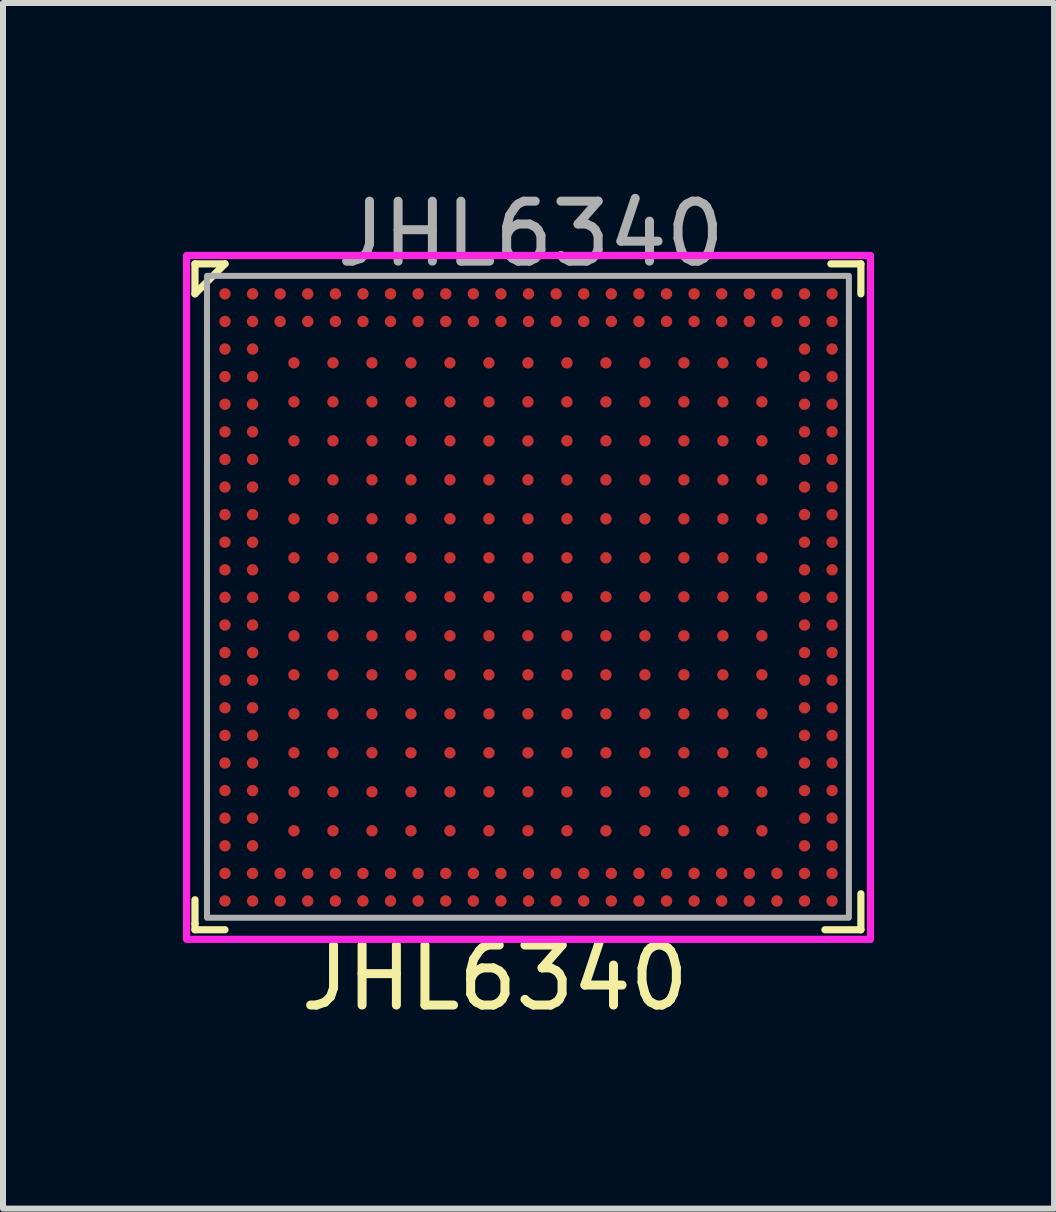
<source format=kicad_pcb>
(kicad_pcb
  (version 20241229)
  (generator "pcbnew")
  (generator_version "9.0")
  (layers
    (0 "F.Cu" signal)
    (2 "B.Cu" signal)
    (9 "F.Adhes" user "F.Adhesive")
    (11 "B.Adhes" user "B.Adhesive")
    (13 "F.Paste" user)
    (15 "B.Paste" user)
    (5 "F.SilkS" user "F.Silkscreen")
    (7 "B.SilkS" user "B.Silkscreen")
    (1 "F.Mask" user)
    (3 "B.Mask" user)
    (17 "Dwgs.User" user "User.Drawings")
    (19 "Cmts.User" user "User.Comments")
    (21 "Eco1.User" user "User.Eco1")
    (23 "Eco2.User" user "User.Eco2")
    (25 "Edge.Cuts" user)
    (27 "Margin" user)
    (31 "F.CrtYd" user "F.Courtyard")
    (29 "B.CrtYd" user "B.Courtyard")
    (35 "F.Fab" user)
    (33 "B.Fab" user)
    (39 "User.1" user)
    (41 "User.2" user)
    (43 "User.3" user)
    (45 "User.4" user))
  (footprint "JHL6340"
    (layer "F.Cu")
    (at 5.76 6.908)
    (property "Reference" "JHL6340" (at -0.56 6.34 0) (unlocked yes) (layer "F.SilkS") (effects (font (size 1 1) (thickness 0.15))))
    (fp_line (start -5.56 -5.56) (end -5.56 -5.06) (stroke (width 0.12) (type solid)) (layer "F.SilkS"))
    (fp_line (start -5.56 -5.06) (end -5.06 -5.56) (stroke (width 0.12) (type solid)) (layer "F.SilkS"))
    (fp_line (start -5.56 5.04) (end -5.56 5.44) (stroke (width 0.12) (type solid)) (layer "F.SilkS"))
    (fp_line (start -5.56 5.44) (end -5.56 5.54) (stroke (width 0.12) (type solid)) (layer "F.SilkS"))
    (fp_line (start -5.56 5.54) (end -5.06 5.54) (stroke (width 0.12) (type solid)) (layer "F.SilkS"))
    (fp_line (start -5.06 -5.56) (end -5.56 -5.56) (stroke (width 0.12) (type solid)) (layer "F.SilkS"))
    (fp_line (start 5.04 -5.56) (end 5.54 -5.56) (stroke (width 0.12) (type solid)) (layer "F.SilkS"))
    (fp_line (start 5.54 -5.56) (end 5.54 -5.06) (stroke (width 0.12) (type solid)) (layer "F.SilkS"))
    (fp_line (start 5.54 4.94) (end 5.54 5.54) (stroke (width 0.12) (type solid)) (layer "F.SilkS"))
    (fp_line (start 5.54 5.54) (end 4.94 5.54) (stroke (width 0.12) (type solid)) (layer "F.SilkS"))
    (fp_rect (start -5.7 -5.7) (end 5.7 5.7) (stroke (width 0.12) (type solid)) (fill no) (layer "F.CrtYd"))
    (fp_rect (start -5.36 -5.36) (end 5.34 5.34) (stroke (width 0.1) (type solid)) (fill no) (layer "F.Fab"))
    (fp_text user "${REFERENCE}" (at 0.04 -6.06 0) (unlocked yes) (layer "F.Fab") (effects (font (size 1 1) (thickness 0.15))))
    (pad "A1" smd circle (at -5.06 -5.06) (size 0.19 0.19) (layers "F.Cu" "F.Mask" "F.Paste"))
    (pad "A2" smd circle (at -4.6 -5.06) (size 0.19 0.19) (layers "F.Cu" "F.Mask" "F.Paste"))
    (pad "A3" smd circle (at -4.14 -5.06) (size 0.19 0.19) (layers "F.Cu" "F.Mask" "F.Paste"))
    (pad "A4" smd circle (at -3.68 -5.06) (size 0.19 0.19) (layers "F.Cu" "F.Mask" "F.Paste"))
    (pad "A5" smd circle (at -3.22 -5.06) (size 0.19 0.19) (layers "F.Cu" "F.Mask" "F.Paste"))
    (pad "A6" smd circle (at -2.76 -5.06) (size 0.19 0.19) (layers "F.Cu" "F.Mask" "F.Paste"))
    (pad "A7" smd circle (at -2.3 -5.06) (size 0.19 0.19) (layers "F.Cu" "F.Mask" "F.Paste"))
    (pad "A8" smd circle (at -1.84 -5.06) (size 0.19 0.19) (layers "F.Cu" "F.Mask" "F.Paste"))
    (pad "A9" smd circle (at -1.38 -5.06) (size 0.19 0.19) (layers "F.Cu" "F.Mask" "F.Paste"))
    (pad "A10" smd circle (at -0.92 -5.06) (size 0.19 0.19) (layers "F.Cu" "F.Mask" "F.Paste"))
    (pad "A11" smd circle (at -0.46 -5.06) (size 0.19 0.19) (layers "F.Cu" "F.Mask" "F.Paste"))
    (pad "A12" smd circle (at 0 -5.06) (size 0.19 0.19) (layers "F.Cu" "F.Mask" "F.Paste"))
    (pad "A13" smd circle (at 0.46 -5.06) (size 0.19 0.19) (layers "F.Cu" "F.Mask" "F.Paste"))
    (pad "A14" smd circle (at 0.92 -5.06) (size 0.19 0.19) (layers "F.Cu" "F.Mask" "F.Paste"))
    (pad "A15" smd circle (at 1.38 -5.06) (size 0.19 0.19) (layers "F.Cu" "F.Mask" "F.Paste"))
    (pad "A16" smd circle (at 1.84 -5.06) (size 0.19 0.19) (layers "F.Cu" "F.Mask" "F.Paste"))
    (pad "A17" smd circle (at 2.3 -5.06) (size 0.19 0.19) (layers "F.Cu" "F.Mask" "F.Paste"))
    (pad "A18" smd circle (at 2.76 -5.06) (size 0.19 0.19) (layers "F.Cu" "F.Mask" "F.Paste"))
    (pad "A19" smd circle (at 3.22 -5.06) (size 0.19 0.19) (layers "F.Cu" "F.Mask" "F.Paste"))
    (pad "A20" smd circle (at 3.68 -5.06) (size 0.19 0.19) (layers "F.Cu" "F.Mask" "F.Paste"))
    (pad "A21" smd circle (at 4.14 -5.06) (size 0.19 0.19) (layers "F.Cu" "F.Mask" "F.Paste"))
    (pad "A22" smd circle (at 4.6 -5.06) (size 0.19 0.19) (layers "F.Cu" "F.Mask" "F.Paste"))
    (pad "A23" smd circle (at 5.06 -5.06) (size 0.19 0.19) (layers "F.Cu" "F.Mask" "F.Paste"))
    (pad "AA1" smd circle (at -5.06 4.14) (size 0.19 0.19) (layers "F.Cu" "F.Mask" "F.Paste"))
    (pad "AA2" smd circle (at -4.6 4.14) (size 0.19 0.19) (layers "F.Cu" "F.Mask" "F.Paste"))
    (pad "AA22" smd circle (at 4.6 4.14) (size 0.19 0.19) (layers "F.Cu" "F.Mask" "F.Paste"))
    (pad "AA23" smd circle (at 5.06 4.14) (size 0.19 0.19) (layers "F.Cu" "F.Mask" "F.Paste"))
    (pad "AB1" smd circle (at -5.06 4.6) (size 0.19 0.19) (layers "F.Cu" "F.Mask" "F.Paste"))
    (pad "AB2" smd circle (at -4.6 4.6) (size 0.19 0.19) (layers "F.Cu" "F.Mask" "F.Paste"))
    (pad "AB3" smd circle (at -4.14 4.6) (size 0.19 0.19) (layers "F.Cu" "F.Mask" "F.Paste"))
    (pad "AB4" smd circle (at -3.68 4.6) (size 0.19 0.19) (layers "F.Cu" "F.Mask" "F.Paste"))
    (pad "AB5" smd circle (at -3.22 4.6) (size 0.19 0.19) (layers "F.Cu" "F.Mask" "F.Paste"))
    (pad "AB6" smd circle (at -2.76 4.6) (size 0.19 0.19) (layers "F.Cu" "F.Mask" "F.Paste"))
    (pad "AB7" smd circle (at -2.3 4.6) (size 0.19 0.19) (layers "F.Cu" "F.Mask" "F.Paste"))
    (pad "AB8" smd circle (at -1.84 4.6) (size 0.19 0.19) (layers "F.Cu" "F.Mask" "F.Paste"))
    (pad "AB9" smd circle (at -1.38 4.6) (size 0.19 0.19) (layers "F.Cu" "F.Mask" "F.Paste"))
    (pad "AB10" smd circle (at -0.92 4.6) (size 0.19 0.19) (layers "F.Cu" "F.Mask" "F.Paste"))
    (pad "AB11" smd circle (at -0.46 4.6) (size 0.19 0.19) (layers "F.Cu" "F.Mask" "F.Paste"))
    (pad "AB12" smd circle (at 0 4.6) (size 0.19 0.19) (layers "F.Cu" "F.Mask" "F.Paste"))
    (pad "AB13" smd circle (at 0.46 4.6) (size 0.19 0.19) (layers "F.Cu" "F.Mask" "F.Paste"))
    (pad "AB14" smd circle (at 0.92 4.6) (size 0.19 0.19) (layers "F.Cu" "F.Mask" "F.Paste"))
    (pad "AB15" smd circle (at 1.38 4.6) (size 0.19 0.19) (layers "F.Cu" "F.Mask" "F.Paste"))
    (pad "AB16" smd circle (at 1.84 4.6) (size 0.19 0.19) (layers "F.Cu" "F.Mask" "F.Paste"))
    (pad "AB17" smd circle (at 2.3 4.6) (size 0.19 0.19) (layers "F.Cu" "F.Mask" "F.Paste"))
    (pad "AB18" smd circle (at 2.76 4.6) (size 0.19 0.19) (layers "F.Cu" "F.Mask" "F.Paste"))
    (pad "AB19" smd circle (at 3.22 4.6) (size 0.19 0.19) (layers "F.Cu" "F.Mask" "F.Paste"))
    (pad "AB20" smd circle (at 3.68 4.6) (size 0.19 0.19) (layers "F.Cu" "F.Mask" "F.Paste"))
    (pad "AB21" smd circle (at 4.14 4.6) (size 0.19 0.19) (layers "F.Cu" "F.Mask" "F.Paste"))
    (pad "AB22" smd circle (at 4.6 4.6) (size 0.19 0.19) (layers "F.Cu" "F.Mask" "F.Paste"))
    (pad "AB23" smd circle (at 5.06 4.6) (size 0.19 0.19) (layers "F.Cu" "F.Mask" "F.Paste"))
    (pad "AC1" smd circle (at -5.06 5.06) (size 0.19 0.19) (layers "F.Cu" "F.Mask" "F.Paste"))
    (pad "AC2" smd circle (at -4.6 5.06) (size 0.19 0.19) (layers "F.Cu" "F.Mask" "F.Paste"))
    (pad "AC3" smd circle (at -4.14 5.06) (size 0.19 0.19) (layers "F.Cu" "F.Mask" "F.Paste"))
    (pad "AC4" smd circle (at -3.68 5.06) (size 0.19 0.19) (layers "F.Cu" "F.Mask" "F.Paste"))
    (pad "AC5" smd circle (at -3.22 5.06) (size 0.19 0.19) (layers "F.Cu" "F.Mask" "F.Paste"))
    (pad "AC6" smd circle (at -2.76 5.06) (size 0.19 0.19) (layers "F.Cu" "F.Mask" "F.Paste"))
    (pad "AC7" smd circle (at -2.3 5.06) (size 0.19 0.19) (layers "F.Cu" "F.Mask" "F.Paste"))
    (pad "AC8" smd circle (at -1.84 5.06) (size 0.19 0.19) (layers "F.Cu" "F.Mask" "F.Paste"))
    (pad "AC9" smd circle (at -1.38 5.06) (size 0.19 0.19) (layers "F.Cu" "F.Mask" "F.Paste"))
    (pad "AC10" smd circle (at -0.92 5.06) (size 0.19 0.19) (layers "F.Cu" "F.Mask" "F.Paste"))
    (pad "AC11" smd circle (at -0.46 5.06) (size 0.19 0.19) (layers "F.Cu" "F.Mask" "F.Paste"))
    (pad "AC12" smd circle (at 0 5.06) (size 0.19 0.19) (layers "F.Cu" "F.Mask" "F.Paste"))
    (pad "AC13" smd circle (at 0.46 5.06) (size 0.19 0.19) (layers "F.Cu" "F.Mask" "F.Paste"))
    (pad "AC14" smd circle (at 0.92 5.06) (size 0.19 0.19) (layers "F.Cu" "F.Mask" "F.Paste"))
    (pad "AC15" smd circle (at 1.38 5.06) (size 0.19 0.19) (layers "F.Cu" "F.Mask" "F.Paste"))
    (pad "AC16" smd circle (at 1.84 5.06) (size 0.19 0.19) (layers "F.Cu" "F.Mask" "F.Paste"))
    (pad "AC17" smd circle (at 2.3 5.06) (size 0.19 0.19) (layers "F.Cu" "F.Mask" "F.Paste"))
    (pad "AC18" smd circle (at 2.76 5.06) (size 0.19 0.19) (layers "F.Cu" "F.Mask" "F.Paste"))
    (pad "AC19" smd circle (at 3.22 5.06) (size 0.19 0.19) (layers "F.Cu" "F.Mask" "F.Paste"))
    (pad "AC20" smd circle (at 3.68 5.06) (size 0.19 0.19) (layers "F.Cu" "F.Mask" "F.Paste"))
    (pad "AC21" smd circle (at 4.14 5.06) (size 0.19 0.19) (layers "F.Cu" "F.Mask" "F.Paste"))
    (pad "AC22" smd circle (at 4.6 5.06) (size 0.19 0.19) (layers "F.Cu" "F.Mask" "F.Paste"))
    (pad "AC23" smd circle (at 5.06 5.06) (size 0.19 0.19) (layers "F.Cu" "F.Mask" "F.Paste"))
    (pad "B1" smd circle (at -5.06 -4.6) (size 0.19 0.19) (layers "F.Cu" "F.Mask" "F.Paste"))
    (pad "B2" smd circle (at -4.6 -4.6) (size 0.19 0.19) (layers "F.Cu" "F.Mask" "F.Paste"))
    (pad "B3" smd circle (at -4.14 -4.6) (size 0.19 0.19) (layers "F.Cu" "F.Mask" "F.Paste"))
    (pad "B4" smd circle (at -3.68 -4.6) (size 0.19 0.19) (layers "F.Cu" "F.Mask" "F.Paste"))
    (pad "B5" smd circle (at -3.22 -4.6) (size 0.19 0.19) (layers "F.Cu" "F.Mask" "F.Paste"))
    (pad "B6" smd circle (at -2.76 -4.6) (size 0.19 0.19) (layers "F.Cu" "F.Mask" "F.Paste"))
    (pad "B7" smd circle (at -2.3 -4.6) (size 0.19 0.19) (layers "F.Cu" "F.Mask" "F.Paste"))
    (pad "B8" smd circle (at -1.84 -4.6) (size 0.19 0.19) (layers "F.Cu" "F.Mask" "F.Paste"))
    (pad "B9" smd circle (at -1.38 -4.6) (size 0.19 0.19) (layers "F.Cu" "F.Mask" "F.Paste"))
    (pad "B10" smd circle (at -0.92 -4.6) (size 0.19 0.19) (layers "F.Cu" "F.Mask" "F.Paste"))
    (pad "B11" smd circle (at -0.46 -4.6) (size 0.19 0.19) (layers "F.Cu" "F.Mask" "F.Paste"))
    (pad "B12" smd circle (at 0 -4.6) (size 0.19 0.19) (layers "F.Cu" "F.Mask" "F.Paste"))
    (pad "B13" smd circle (at 0.46 -4.6) (size 0.19 0.19) (layers "F.Cu" "F.Mask" "F.Paste"))
    (pad "B14" smd circle (at 0.92 -4.6) (size 0.19 0.19) (layers "F.Cu" "F.Mask" "F.Paste"))
    (pad "B15" smd circle (at 1.38 -4.6) (size 0.19 0.19) (layers "F.Cu" "F.Mask" "F.Paste"))
    (pad "B16" smd circle (at 1.84 -4.6) (size 0.19 0.19) (layers "F.Cu" "F.Mask" "F.Paste"))
    (pad "B17" smd circle (at 2.3 -4.6) (size 0.19 0.19) (layers "F.Cu" "F.Mask" "F.Paste"))
    (pad "B18" smd circle (at 2.76 -4.6) (size 0.19 0.19) (layers "F.Cu" "F.Mask" "F.Paste"))
    (pad "B19" smd circle (at 3.22 -4.6) (size 0.19 0.19) (layers "F.Cu" "F.Mask" "F.Paste"))
    (pad "B20" smd circle (at 3.68 -4.6) (size 0.19 0.19) (layers "F.Cu" "F.Mask" "F.Paste"))
    (pad "B21" smd circle (at 4.14 -4.6) (size 0.19 0.19) (layers "F.Cu" "F.Mask" "F.Paste"))
    (pad "B22" smd circle (at 4.6 -4.6) (size 0.19 0.19) (layers "F.Cu" "F.Mask" "F.Paste"))
    (pad "B23" smd circle (at 5.06 -4.6) (size 0.19 0.19) (layers "F.Cu" "F.Mask" "F.Paste"))
    (pad "C1" smd circle (at -5.06 -4.14) (size 0.19 0.19) (layers "F.Cu" "F.Mask" "F.Paste"))
    (pad "C2" smd circle (at -4.6 -4.14) (size 0.19 0.19) (layers "F.Cu" "F.Mask" "F.Paste"))
    (pad "C22" smd circle (at 4.6 -4.14) (size 0.19 0.19) (layers "F.Cu" "F.Mask" "F.Paste"))
    (pad "C23" smd circle (at 5.06 -4.14) (size 0.19 0.19) (layers "F.Cu" "F.Mask" "F.Paste"))
    (pad "D1" smd circle (at -5.06 -3.68) (size 0.19 0.19) (layers "F.Cu" "F.Mask" "F.Paste"))
    (pad "D2" smd circle (at -4.6 -3.68) (size 0.19 0.19) (layers "F.Cu" "F.Mask" "F.Paste"))
    (pad "D4" smd circle (at -3.91 -3.91) (size 0.19 0.19) (layers "F.Cu" "F.Mask" "F.Paste"))
    (pad "D5" smd circle (at -3.26 -3.91) (size 0.19 0.19) (layers "F.Cu" "F.Mask" "F.Paste"))
    (pad "D6" smd circle (at -2.61 -3.91) (size 0.19 0.19) (layers "F.Cu" "F.Mask" "F.Paste"))
    (pad "D8" smd circle (at -1.96 -3.91) (size 0.19 0.19) (layers "F.Cu" "F.Mask" "F.Paste"))
    (pad "D9" smd circle (at -1.31 -3.91) (size 0.19 0.19) (layers "F.Cu" "F.Mask" "F.Paste"))
    (pad "D11" smd circle (at -0.66 -3.91) (size 0.19 0.19) (layers "F.Cu" "F.Mask" "F.Paste"))
    (pad "D12" smd circle (at -0.01 -3.91) (size 0.19 0.19) (layers "F.Cu" "F.Mask" "F.Paste"))
    (pad "D13" smd circle (at 0.64 -3.91) (size 0.19 0.19) (layers "F.Cu" "F.Mask" "F.Paste"))
    (pad "D15" smd circle (at 1.29 -3.91) (size 0.19 0.19) (layers "F.Cu" "F.Mask" "F.Paste"))
    (pad "D16" smd circle (at 1.94 -3.91) (size 0.19 0.19) (layers "F.Cu" "F.Mask" "F.Paste"))
    (pad "D18" smd circle (at 2.59 -3.91) (size 0.19 0.19) (layers "F.Cu" "F.Mask" "F.Paste"))
    (pad "D19" smd circle (at 3.24 -3.91) (size 0.19 0.19) (layers "F.Cu" "F.Mask" "F.Paste"))
    (pad "D20" smd circle (at 3.89 -3.91) (size 0.19 0.19) (layers "F.Cu" "F.Mask" "F.Paste"))
    (pad "D22" smd circle (at 4.6 -3.68) (size 0.19 0.19) (layers "F.Cu" "F.Mask" "F.Paste"))
    (pad "D23" smd circle (at 5.06 -3.68) (size 0.19 0.19) (layers "F.Cu" "F.Mask" "F.Paste"))
    (pad "E1" smd circle (at -5.06 -3.22) (size 0.19 0.19) (layers "F.Cu" "F.Mask" "F.Paste"))
    (pad "E2" smd circle (at -4.6 -3.22) (size 0.19 0.19) (layers "F.Cu" "F.Mask" "F.Paste"))
    (pad "E4" smd circle (at -3.91 -3.26) (size 0.19 0.19) (layers "F.Cu" "F.Mask" "F.Paste"))
    (pad "E5" smd circle (at -3.26 -3.26) (size 0.19 0.19) (layers "F.Cu" "F.Mask" "F.Paste"))
    (pad "E6" smd circle (at -2.61 -3.26) (size 0.19 0.19) (layers "F.Cu" "F.Mask" "F.Paste"))
    (pad "E8" smd circle (at -1.96 -3.26) (size 0.19 0.19) (layers "F.Cu" "F.Mask" "F.Paste"))
    (pad "E9" smd circle (at -1.31 -3.26) (size 0.19 0.19) (layers "F.Cu" "F.Mask" "F.Paste"))
    (pad "E11" smd circle (at -0.66 -3.26) (size 0.19 0.19) (layers "F.Cu" "F.Mask" "F.Paste"))
    (pad "E12" smd circle (at -0.01 -3.26) (size 0.19 0.19) (layers "F.Cu" "F.Mask" "F.Paste"))
    (pad "E13" smd circle (at 0.64 -3.26) (size 0.19 0.19) (layers "F.Cu" "F.Mask" "F.Paste"))
    (pad "E15" smd circle (at 1.29 -3.26) (size 0.19 0.19) (layers "F.Cu" "F.Mask" "F.Paste"))
    (pad "E16" smd circle (at 1.94 -3.26) (size 0.19 0.19) (layers "F.Cu" "F.Mask" "F.Paste"))
    (pad "E18" smd circle (at 2.59 -3.26) (size 0.19 0.19) (layers "F.Cu" "F.Mask" "F.Paste"))
    (pad "E19" smd circle (at 3.24 -3.26) (size 0.19 0.19) (layers "F.Cu" "F.Mask" "F.Paste"))
    (pad "E20" smd circle (at 3.89 -3.26) (size 0.19 0.19) (layers "F.Cu" "F.Mask" "F.Paste"))
    (pad "E22" smd circle (at 4.6 -3.22) (size 0.19 0.19) (layers "F.Cu" "F.Mask" "F.Paste"))
    (pad "E23" smd circle (at 5.06 -3.22) (size 0.19 0.19) (layers "F.Cu" "F.Mask" "F.Paste"))
    (pad "F1" smd circle (at -5.06 -2.76) (size 0.19 0.19) (layers "F.Cu" "F.Mask" "F.Paste"))
    (pad "F2" smd circle (at -4.6 -2.76) (size 0.19 0.19) (layers "F.Cu" "F.Mask" "F.Paste"))
    (pad "F4" smd circle (at -3.91 -2.61) (size 0.19 0.19) (layers "F.Cu" "F.Mask" "F.Paste"))
    (pad "F5" smd circle (at -3.26 -2.61) (size 0.19 0.19) (layers "F.Cu" "F.Mask" "F.Paste"))
    (pad "F6" smd circle (at -2.61 -2.61) (size 0.19 0.19) (layers "F.Cu" "F.Mask" "F.Paste"))
    (pad "F8" smd circle (at -1.96 -2.61) (size 0.19 0.19) (layers "F.Cu" "F.Mask" "F.Paste"))
    (pad "F9" smd circle (at -1.31 -2.61) (size 0.19 0.19) (layers "F.Cu" "F.Mask" "F.Paste"))
    (pad "F11" smd circle (at -0.66 -2.61) (size 0.19 0.19) (layers "F.Cu" "F.Mask" "F.Paste"))
    (pad "F12" smd circle (at -0.01 -2.61) (size 0.19 0.19) (layers "F.Cu" "F.Mask" "F.Paste"))
    (pad "F13" smd circle (at 0.64 -2.61) (size 0.19 0.19) (layers "F.Cu" "F.Mask" "F.Paste"))
    (pad "F15" smd circle (at 1.29 -2.61) (size 0.19 0.19) (layers "F.Cu" "F.Mask" "F.Paste"))
    (pad "F16" smd circle (at 1.94 -2.61) (size 0.19 0.19) (layers "F.Cu" "F.Mask" "F.Paste"))
    (pad "F18" smd circle (at 2.59 -2.61) (size 0.19 0.19) (layers "F.Cu" "F.Mask" "F.Paste"))
    (pad "F19" smd circle (at 3.24 -2.61) (size 0.19 0.19) (layers "F.Cu" "F.Mask" "F.Paste"))
    (pad "F20" smd circle (at 3.89 -2.61) (size 0.19 0.19) (layers "F.Cu" "F.Mask" "F.Paste"))
    (pad "F22" smd circle (at 4.6 -2.76) (size 0.19 0.19) (layers "F.Cu" "F.Mask" "F.Paste"))
    (pad "F23" smd circle (at 5.06 -2.76) (size 0.19 0.19) (layers "F.Cu" "F.Mask" "F.Paste"))
    (pad "G1" smd circle (at -5.06 -2.3) (size 0.19 0.19) (layers "F.Cu" "F.Mask" "F.Paste"))
    (pad "G2" smd circle (at -4.6 -2.3) (size 0.19 0.19) (layers "F.Cu" "F.Mask" "F.Paste"))
    (pad "G22" smd circle (at 4.6 -2.3) (size 0.19 0.19) (layers "F.Cu" "F.Mask" "F.Paste"))
    (pad "G23" smd circle (at 5.06 -2.3) (size 0.19 0.19) (layers "F.Cu" "F.Mask" "F.Paste"))
    (pad "H1" smd circle (at -5.06 -1.84) (size 0.19 0.19) (layers "F.Cu" "F.Mask" "F.Paste"))
    (pad "H2" smd circle (at -4.6 -1.84) (size 0.19 0.19) (layers "F.Cu" "F.Mask" "F.Paste"))
    (pad "H4" smd circle (at -3.91 -1.96) (size 0.19 0.19) (layers "F.Cu" "F.Mask" "F.Paste"))
    (pad "H5" smd circle (at -3.26 -1.96) (size 0.19 0.19) (layers "F.Cu" "F.Mask" "F.Paste"))
    (pad "H6" smd circle (at -2.61 -1.96) (size 0.19 0.19) (layers "F.Cu" "F.Mask" "F.Paste"))
    (pad "H8" smd circle (at -1.96 -1.96) (size 0.19 0.19) (layers "F.Cu" "F.Mask" "F.Paste"))
    (pad "H9" smd circle (at -1.31 -1.96) (size 0.19 0.19) (layers "F.Cu" "F.Mask" "F.Paste"))
    (pad "H11" smd circle (at -0.66 -1.96) (size 0.19 0.19) (layers "F.Cu" "F.Mask" "F.Paste"))
    (pad "H12" smd circle (at -0.01 -1.96) (size 0.19 0.19) (layers "F.Cu" "F.Mask" "F.Paste"))
    (pad "H13" smd circle (at 0.64 -1.96) (size 0.19 0.19) (layers "F.Cu" "F.Mask" "F.Paste"))
    (pad "H15" smd circle (at 1.29 -1.96) (size 0.19 0.19) (layers "F.Cu" "F.Mask" "F.Paste"))
    (pad "H16" smd circle (at 1.94 -1.96) (size 0.19 0.19) (layers "F.Cu" "F.Mask" "F.Paste"))
    (pad "H18" smd circle (at 2.59 -1.96) (size 0.19 0.19) (layers "F.Cu" "F.Mask" "F.Paste"))
    (pad "H19" smd circle (at 3.24 -1.96) (size 0.19 0.19) (layers "F.Cu" "F.Mask" "F.Paste"))
    (pad "H20" smd circle (at 3.89 -1.96) (size 0.19 0.19) (layers "F.Cu" "F.Mask" "F.Paste"))
    (pad "H22" smd circle (at 4.6 -1.84) (size 0.19 0.19) (layers "F.Cu" "F.Mask" "F.Paste"))
    (pad "H23" smd circle (at 5.06 -1.84) (size 0.19 0.19) (layers "F.Cu" "F.Mask" "F.Paste"))
    (pad "J1" smd circle (at -5.06 -1.38) (size 0.19 0.19) (layers "F.Cu" "F.Mask" "F.Paste"))
    (pad "J2" smd circle (at -4.6 -1.38) (size 0.19 0.19) (layers "F.Cu" "F.Mask" "F.Paste"))
    (pad "J4" smd circle (at -3.91 -1.31) (size 0.19 0.19) (layers "F.Cu" "F.Mask" "F.Paste"))
    (pad "J5" smd circle (at -3.26 -1.31) (size 0.19 0.19) (layers "F.Cu" "F.Mask" "F.Paste"))
    (pad "J6" smd circle (at -2.61 -1.31) (size 0.19 0.19) (layers "F.Cu" "F.Mask" "F.Paste"))
    (pad "J8" smd circle (at -1.96 -1.31) (size 0.19 0.19) (layers "F.Cu" "F.Mask" "F.Paste"))
    (pad "J9" smd circle (at -1.31 -1.31) (size 0.19 0.19) (layers "F.Cu" "F.Mask" "F.Paste"))
    (pad "J11" smd circle (at -0.66 -1.31) (size 0.19 0.19) (layers "F.Cu" "F.Mask" "F.Paste"))
    (pad "J12" smd circle (at -0.01 -1.31) (size 0.19 0.19) (layers "F.Cu" "F.Mask" "F.Paste"))
    (pad "J13" smd circle (at 0.64 -1.31) (size 0.19 0.19) (layers "F.Cu" "F.Mask" "F.Paste"))
    (pad "J15" smd circle (at 1.29 -1.31) (size 0.19 0.19) (layers "F.Cu" "F.Mask" "F.Paste"))
    (pad "J16" smd circle (at 1.94 -1.31) (size 0.19 0.19) (layers "F.Cu" "F.Mask" "F.Paste"))
    (pad "J18" smd circle (at 2.59 -1.31) (size 0.19 0.19) (layers "F.Cu" "F.Mask" "F.Paste"))
    (pad "J19" smd circle (at 3.24 -1.31) (size 0.19 0.19) (layers "F.Cu" "F.Mask" "F.Paste"))
    (pad "J20" smd circle (at 3.89 -1.31) (size 0.19 0.19) (layers "F.Cu" "F.Mask" "F.Paste"))
    (pad "J22" smd circle (at 4.6 -1.38) (size 0.19 0.19) (layers "F.Cu" "F.Mask" "F.Paste"))
    (pad "J23" smd circle (at 5.06 -1.38) (size 0.19 0.19) (layers "F.Cu" "F.Mask" "F.Paste"))
    (pad "K1" smd circle (at -5.06 -0.92) (size 0.19 0.19) (layers "F.Cu" "F.Mask" "F.Paste"))
    (pad "K2" smd circle (at -4.6 -0.92) (size 0.19 0.19) (layers "F.Cu" "F.Mask" "F.Paste"))
    (pad "K22" smd circle (at 4.6 -0.92) (size 0.19 0.19) (layers "F.Cu" "F.Mask" "F.Paste"))
    (pad "K23" smd circle (at 5.06 -0.92) (size 0.19 0.19) (layers "F.Cu" "F.Mask" "F.Paste"))
    (pad "L1" smd circle (at -5.06 -0.46) (size 0.19 0.19) (layers "F.Cu" "F.Mask" "F.Paste"))
    (pad "L2" smd circle (at -4.6 -0.46) (size 0.19 0.19) (layers "F.Cu" "F.Mask" "F.Paste"))
    (pad "L4" smd circle (at -3.91 -0.66) (size 0.19 0.19) (layers "F.Cu" "F.Mask" "F.Paste"))
    (pad "L5" smd circle (at -3.26 -0.66) (size 0.19 0.19) (layers "F.Cu" "F.Mask" "F.Paste"))
    (pad "L6" smd circle (at -2.61 -0.66) (size 0.19 0.19) (layers "F.Cu" "F.Mask" "F.Paste"))
    (pad "L8" smd circle (at -1.96 -0.66) (size 0.19 0.19) (layers "F.Cu" "F.Mask" "F.Paste"))
    (pad "L9" smd circle (at -1.31 -0.66) (size 0.19 0.19) (layers "F.Cu" "F.Mask" "F.Paste"))
    (pad "L11" smd circle (at -0.66 -0.66) (size 0.19 0.19) (layers "F.Cu" "F.Mask" "F.Paste"))
    (pad "L12" smd circle (at -0.01 -0.66) (size 0.19 0.19) (layers "F.Cu" "F.Mask" "F.Paste"))
    (pad "L13" smd circle (at 0.64 -0.66) (size 0.19 0.19) (layers "F.Cu" "F.Mask" "F.Paste"))
    (pad "L15" smd circle (at 1.29 -0.66) (size 0.19 0.19) (layers "F.Cu" "F.Mask" "F.Paste"))
    (pad "L16" smd circle (at 1.94 -0.66) (size 0.19 0.19) (layers "F.Cu" "F.Mask" "F.Paste"))
    (pad "L18" smd circle (at 2.59 -0.66) (size 0.19 0.19) (layers "F.Cu" "F.Mask" "F.Paste"))
    (pad "L19" smd circle (at 3.24 -0.66) (size 0.19 0.19) (layers "F.Cu" "F.Mask" "F.Paste"))
    (pad "L20" smd circle (at 3.89 -0.66) (size 0.19 0.19) (layers "F.Cu" "F.Mask" "F.Paste"))
    (pad "L22" smd circle (at 4.6 -0.46) (size 0.19 0.19) (layers "F.Cu" "F.Mask" "F.Paste"))
    (pad "L23" smd circle (at 5.06 -0.46) (size 0.19 0.19) (layers "F.Cu" "F.Mask" "F.Paste"))
    (pad "M1" smd circle (at -5.06 0) (size 0.19 0.19) (layers "F.Cu" "F.Mask" "F.Paste"))
    (pad "M2" smd circle (at -4.6 0) (size 0.19 0.19) (layers "F.Cu" "F.Mask" "F.Paste"))
    (pad "M4" smd circle (at -3.91 -0.01) (size 0.19 0.19) (layers "F.Cu" "F.Mask" "F.Paste"))
    (pad "M5" smd circle (at -3.26 -0.01) (size 0.19 0.19) (layers "F.Cu" "F.Mask" "F.Paste"))
    (pad "M6" smd circle (at -2.61 -0.01) (size 0.19 0.19) (layers "F.Cu" "F.Mask" "F.Paste"))
    (pad "M8" smd circle (at -1.96 -0.01) (size 0.19 0.19) (layers "F.Cu" "F.Mask" "F.Paste"))
    (pad "M9" smd circle (at -1.31 -0.01) (size 0.19 0.19) (layers "F.Cu" "F.Mask" "F.Paste"))
    (pad "M11" smd circle (at -0.66 -0.01) (size 0.19 0.19) (layers "F.Cu" "F.Mask" "F.Paste"))
    (pad "M12" smd circle (at -0.01 -0.01) (size 0.19 0.19) (layers "F.Cu" "F.Mask" "F.Paste"))
    (pad "M13" smd circle (at 0.64 -0.01) (size 0.19 0.19) (layers "F.Cu" "F.Mask" "F.Paste"))
    (pad "M15" smd circle (at 1.29 -0.01) (size 0.19 0.19) (layers "F.Cu" "F.Mask" "F.Paste"))
    (pad "M16" smd circle (at 1.94 -0.01) (size 0.19 0.19) (layers "F.Cu" "F.Mask" "F.Paste"))
    (pad "M18" smd circle (at 2.59 -0.01) (size 0.19 0.19) (layers "F.Cu" "F.Mask" "F.Paste"))
    (pad "M19" smd circle (at 3.24 -0.01) (size 0.19 0.19) (layers "F.Cu" "F.Mask" "F.Paste"))
    (pad "M20" smd circle (at 3.89 -0.01) (size 0.19 0.19) (layers "F.Cu" "F.Mask" "F.Paste"))
    (pad "M22" smd circle (at 4.6 0) (size 0.19 0.19) (layers "F.Cu" "F.Mask" "F.Paste"))
    (pad "M23" smd circle (at 5.06 0) (size 0.19 0.19) (layers "F.Cu" "F.Mask" "F.Paste"))
    (pad "N1" smd circle (at -5.06 0.46) (size 0.19 0.19) (layers "F.Cu" "F.Mask" "F.Paste"))
    (pad "N2" smd circle (at -4.6 0.46) (size 0.19 0.19) (layers "F.Cu" "F.Mask" "F.Paste"))
    (pad "N4" smd circle (at -3.91 0.64) (size 0.19 0.19) (layers "F.Cu" "F.Mask" "F.Paste"))
    (pad "N5" smd circle (at -3.26 0.64) (size 0.19 0.19) (layers "F.Cu" "F.Mask" "F.Paste"))
    (pad "N6" smd circle (at -2.61 0.64) (size 0.19 0.19) (layers "F.Cu" "F.Mask" "F.Paste"))
    (pad "N8" smd circle (at -1.96 0.64) (size 0.19 0.19) (layers "F.Cu" "F.Mask" "F.Paste"))
    (pad "N9" smd circle (at -1.31 0.64) (size 0.19 0.19) (layers "F.Cu" "F.Mask" "F.Paste"))
    (pad "N11" smd circle (at -0.66 0.64) (size 0.19 0.19) (layers "F.Cu" "F.Mask" "F.Paste"))
    (pad "N12" smd circle (at -0.01 0.64) (size 0.19 0.19) (layers "F.Cu" "F.Mask" "F.Paste"))
    (pad "N13" smd circle (at 0.64 0.64) (size 0.19 0.19) (layers "F.Cu" "F.Mask" "F.Paste"))
    (pad "N15" smd circle (at 1.29 0.64) (size 0.19 0.19) (layers "F.Cu" "F.Mask" "F.Paste"))
    (pad "N16" smd circle (at 1.94 0.64) (size 0.19 0.19) (layers "F.Cu" "F.Mask" "F.Paste"))
    (pad "N18" smd circle (at 2.59 0.64) (size 0.19 0.19) (layers "F.Cu" "F.Mask" "F.Paste"))
    (pad "N19" smd circle (at 3.24 0.64) (size 0.19 0.19) (layers "F.Cu" "F.Mask" "F.Paste"))
    (pad "N20" smd circle (at 3.89 0.64) (size 0.19 0.19) (layers "F.Cu" "F.Mask" "F.Paste"))
    (pad "N22" smd circle (at 4.6 0.46) (size 0.19 0.19) (layers "F.Cu" "F.Mask" "F.Paste"))
    (pad "N23" smd circle (at 5.06 0.46) (size 0.19 0.19) (layers "F.Cu" "F.Mask" "F.Paste"))
    (pad "P1" smd circle (at -5.06 0.92) (size 0.19 0.19) (layers "F.Cu" "F.Mask" "F.Paste"))
    (pad "P2" smd circle (at -4.6 0.92) (size 0.19 0.19) (layers "F.Cu" "F.Mask" "F.Paste"))
    (pad "P22" smd circle (at 4.6 0.92) (size 0.19 0.19) (layers "F.Cu" "F.Mask" "F.Paste"))
    (pad "P23" smd circle (at 5.06 0.92) (size 0.19 0.19) (layers "F.Cu" "F.Mask" "F.Paste"))
    (pad "R1" smd circle (at -5.06 1.38) (size 0.19 0.19) (layers "F.Cu" "F.Mask" "F.Paste"))
    (pad "R2" smd circle (at -4.6 1.38) (size 0.19 0.19) (layers "F.Cu" "F.Mask" "F.Paste"))
    (pad "R4" smd circle (at -3.91 1.29) (size 0.19 0.19) (layers "F.Cu" "F.Mask" "F.Paste"))
    (pad "R5" smd circle (at -3.26 1.29) (size 0.19 0.19) (layers "F.Cu" "F.Mask" "F.Paste"))
    (pad "R6" smd circle (at -2.61 1.29) (size 0.19 0.19) (layers "F.Cu" "F.Mask" "F.Paste"))
    (pad "R8" smd circle (at -1.96 1.29) (size 0.19 0.19) (layers "F.Cu" "F.Mask" "F.Paste"))
    (pad "R9" smd circle (at -1.31 1.29) (size 0.19 0.19) (layers "F.Cu" "F.Mask" "F.Paste"))
    (pad "R11" smd circle (at -0.66 1.29) (size 0.19 0.19) (layers "F.Cu" "F.Mask" "F.Paste"))
    (pad "R12" smd circle (at -0.01 1.29) (size 0.19 0.19) (layers "F.Cu" "F.Mask" "F.Paste"))
    (pad "R13" smd circle (at 0.64 1.29) (size 0.19 0.19) (layers "F.Cu" "F.Mask" "F.Paste"))
    (pad "R15" smd circle (at 1.29 1.29) (size 0.19 0.19) (layers "F.Cu" "F.Mask" "F.Paste"))
    (pad "R16" smd circle (at 1.94 1.29) (size 0.19 0.19) (layers "F.Cu" "F.Mask" "F.Paste"))
    (pad "R18" smd circle (at 2.59 1.29) (size 0.19 0.19) (layers "F.Cu" "F.Mask" "F.Paste"))
    (pad "R19" smd circle (at 3.24 1.29) (size 0.19 0.19) (layers "F.Cu" "F.Mask" "F.Paste"))
    (pad "R20" smd circle (at 3.89 1.29) (size 0.19 0.19) (layers "F.Cu" "F.Mask" "F.Paste"))
    (pad "R22" smd circle (at 4.6 1.38) (size 0.19 0.19) (layers "F.Cu" "F.Mask" "F.Paste"))
    (pad "R23" smd circle (at 5.06 1.38) (size 0.19 0.19) (layers "F.Cu" "F.Mask" "F.Paste"))
    (pad "T1" smd circle (at -5.06 1.84) (size 0.19 0.19) (layers "F.Cu" "F.Mask" "F.Paste"))
    (pad "T2" smd circle (at -4.6 1.84) (size 0.19 0.19) (layers "F.Cu" "F.Mask" "F.Paste"))
    (pad "T4" smd circle (at -3.91 1.94) (size 0.19 0.19) (layers "F.Cu" "F.Mask" "F.Paste"))
    (pad "T5" smd circle (at -3.26 1.94) (size 0.19 0.19) (layers "F.Cu" "F.Mask" "F.Paste"))
    (pad "T6" smd circle (at -2.61 1.94) (size 0.19 0.19) (layers "F.Cu" "F.Mask" "F.Paste"))
    (pad "T8" smd circle (at -1.96 1.94) (size 0.19 0.19) (layers "F.Cu" "F.Mask" "F.Paste"))
    (pad "T9" smd circle (at -1.31 1.94) (size 0.19 0.19) (layers "F.Cu" "F.Mask" "F.Paste"))
    (pad "T11" smd circle (at -0.66 1.94) (size 0.19 0.19) (layers "F.Cu" "F.Mask" "F.Paste"))
    (pad "T12" smd circle (at -0.01 1.94) (size 0.19 0.19) (layers "F.Cu" "F.Mask" "F.Paste"))
    (pad "T13" smd circle (at 0.64 1.94) (size 0.19 0.19) (layers "F.Cu" "F.Mask" "F.Paste"))
    (pad "T15" smd circle (at 1.29 1.94) (size 0.19 0.19) (layers "F.Cu" "F.Mask" "F.Paste"))
    (pad "T16" smd circle (at 1.94 1.94) (size 0.19 0.19) (layers "F.Cu" "F.Mask" "F.Paste"))
    (pad "T18" smd circle (at 2.59 1.94) (size 0.19 0.19) (layers "F.Cu" "F.Mask" "F.Paste"))
    (pad "T19" smd circle (at 3.24 1.94) (size 0.19 0.19) (layers "F.Cu" "F.Mask" "F.Paste"))
    (pad "T20" smd circle (at 3.89 1.94) (size 0.19 0.19) (layers "F.Cu" "F.Mask" "F.Paste"))
    (pad "T22" smd circle (at 4.6 1.84) (size 0.19 0.19) (layers "F.Cu" "F.Mask" "F.Paste"))
    (pad "T23" smd circle (at 5.06 1.84) (size 0.19 0.19) (layers "F.Cu" "F.Mask" "F.Paste"))
    (pad "U1" smd circle (at -5.06 2.3) (size 0.19 0.19) (layers "F.Cu" "F.Mask" "F.Paste"))
    (pad "U2" smd circle (at -4.6 2.3) (size 0.19 0.19) (layers "F.Cu" "F.Mask" "F.Paste"))
    (pad "U22" smd circle (at 4.6 2.3) (size 0.19 0.19) (layers "F.Cu" "F.Mask" "F.Paste"))
    (pad "U23" smd circle (at 5.06 2.3) (size 0.19 0.19) (layers "F.Cu" "F.Mask" "F.Paste"))
    (pad "V1" smd circle (at -5.06 2.76) (size 0.19 0.19) (layers "F.Cu" "F.Mask" "F.Paste"))
    (pad "V2" smd circle (at -4.6 2.76) (size 0.19 0.19) (layers "F.Cu" "F.Mask" "F.Paste"))
    (pad "V4" smd circle (at -3.91 2.59) (size 0.19 0.19) (layers "F.Cu" "F.Mask" "F.Paste"))
    (pad "V5" smd circle (at -3.26 2.59) (size 0.19 0.19) (layers "F.Cu" "F.Mask" "F.Paste"))
    (pad "V6" smd circle (at -2.61 2.59) (size 0.19 0.19) (layers "F.Cu" "F.Mask" "F.Paste"))
    (pad "V8" smd circle (at -1.96 2.59) (size 0.19 0.19) (layers "F.Cu" "F.Mask" "F.Paste"))
    (pad "V9" smd circle (at -1.31 2.59) (size 0.19 0.19) (layers "F.Cu" "F.Mask" "F.Paste"))
    (pad "V11" smd circle (at -0.66 2.59) (size 0.19 0.19) (layers "F.Cu" "F.Mask" "F.Paste"))
    (pad "V12" smd circle (at -0.01 2.59) (size 0.19 0.19) (layers "F.Cu" "F.Mask" "F.Paste"))
    (pad "V13" smd circle (at 0.64 2.59) (size 0.19 0.19) (layers "F.Cu" "F.Mask" "F.Paste"))
    (pad "V15" smd circle (at 1.29 2.59) (size 0.19 0.19) (layers "F.Cu" "F.Mask" "F.Paste"))
    (pad "V16" smd circle (at 1.94 2.59) (size 0.19 0.19) (layers "F.Cu" "F.Mask" "F.Paste"))
    (pad "V18" smd circle (at 2.59 2.59) (size 0.19 0.19) (layers "F.Cu" "F.Mask" "F.Paste"))
    (pad "V19" smd circle (at 3.24 2.59) (size 0.19 0.19) (layers "F.Cu" "F.Mask" "F.Paste"))
    (pad "V20" smd circle (at 3.89 2.59) (size 0.19 0.19) (layers "F.Cu" "F.Mask" "F.Paste"))
    (pad "V22" smd circle (at 4.6 2.76) (size 0.19 0.19) (layers "F.Cu" "F.Mask" "F.Paste"))
    (pad "V23" smd circle (at 5.06 2.76) (size 0.19 0.19) (layers "F.Cu" "F.Mask" "F.Paste"))
    (pad "W1" smd circle (at -5.06 3.22) (size 0.19 0.19) (layers "F.Cu" "F.Mask" "F.Paste"))
    (pad "W2" smd circle (at -4.6 3.22) (size 0.19 0.19) (layers "F.Cu" "F.Mask" "F.Paste"))
    (pad "W4" smd circle (at -3.91 3.24) (size 0.19 0.19) (layers "F.Cu" "F.Mask" "F.Paste"))
    (pad "W5" smd circle (at -3.26 3.24) (size 0.19 0.19) (layers "F.Cu" "F.Mask" "F.Paste"))
    (pad "W6" smd circle (at -2.61 3.24) (size 0.19 0.19) (layers "F.Cu" "F.Mask" "F.Paste"))
    (pad "W8" smd circle (at -1.96 3.24) (size 0.19 0.19) (layers "F.Cu" "F.Mask" "F.Paste"))
    (pad "W9" smd circle (at -1.31 3.24) (size 0.19 0.19) (layers "F.Cu" "F.Mask" "F.Paste"))
    (pad "W11" smd circle (at -0.66 3.24) (size 0.19 0.19) (layers "F.Cu" "F.Mask" "F.Paste"))
    (pad "W12" smd circle (at -0.01 3.24) (size 0.19 0.19) (layers "F.Cu" "F.Mask" "F.Paste"))
    (pad "W13" smd circle (at 0.64 3.24) (size 0.19 0.19) (layers "F.Cu" "F.Mask" "F.Paste"))
    (pad "W15" smd circle (at 1.29 3.24) (size 0.19 0.19) (layers "F.Cu" "F.Mask" "F.Paste"))
    (pad "W16" smd circle (at 1.94 3.24) (size 0.19 0.19) (layers "F.Cu" "F.Mask" "F.Paste"))
    (pad "W18" smd circle (at 2.59 3.24) (size 0.19 0.19) (layers "F.Cu" "F.Mask" "F.Paste"))
    (pad "W19" smd circle (at 3.24 3.24) (size 0.19 0.19) (layers "F.Cu" "F.Mask" "F.Paste"))
    (pad "W20" smd circle (at 3.89 3.24) (size 0.19 0.19) (layers "F.Cu" "F.Mask" "F.Paste"))
    (pad "W22" smd circle (at 4.6 3.22) (size 0.19 0.19) (layers "F.Cu" "F.Mask" "F.Paste"))
    (pad "W23" smd circle (at 5.06 3.22) (size 0.19 0.19) (layers "F.Cu" "F.Mask" "F.Paste"))
    (pad "Y1" smd circle (at -5.06 3.68) (size 0.19 0.19) (layers "F.Cu" "F.Mask" "F.Paste"))
    (pad "Y2" smd circle (at -4.6 3.68) (size 0.19 0.19) (layers "F.Cu" "F.Mask" "F.Paste"))
    (pad "Y4" smd circle (at -3.91 3.89) (size 0.19 0.19) (layers "F.Cu" "F.Mask" "F.Paste"))
    (pad "Y5" smd circle (at -3.26 3.89) (size 0.19 0.19) (layers "F.Cu" "F.Mask" "F.Paste"))
    (pad "Y6" smd circle (at -2.61 3.89) (size 0.19 0.19) (layers "F.Cu" "F.Mask" "F.Paste"))
    (pad "Y8" smd circle (at -1.96 3.89) (size 0.19 0.19) (layers "F.Cu" "F.Mask" "F.Paste"))
    (pad "Y9" smd circle (at -1.31 3.89) (size 0.19 0.19) (layers "F.Cu" "F.Mask" "F.Paste"))
    (pad "Y11" smd circle (at -0.66 3.89) (size 0.19 0.19) (layers "F.Cu" "F.Mask" "F.Paste"))
    (pad "Y12" smd circle (at -0.01 3.89) (size 0.19 0.19) (layers "F.Cu" "F.Mask" "F.Paste"))
    (pad "Y13" smd circle (at 0.64 3.89) (size 0.19 0.19) (layers "F.Cu" "F.Mask" "F.Paste"))
    (pad "Y15" smd circle (at 1.29 3.89) (size 0.19 0.19) (layers "F.Cu" "F.Mask" "F.Paste"))
    (pad "Y16" smd circle (at 1.94 3.89) (size 0.19 0.19) (layers "F.Cu" "F.Mask" "F.Paste"))
    (pad "Y18" smd circle (at 2.59 3.89) (size 0.19 0.19) (layers "F.Cu" "F.Mask" "F.Paste"))
    (pad "Y19" smd circle (at 3.24 3.89) (size 0.19 0.19) (layers "F.Cu" "F.Mask" "F.Paste"))
    (pad "Y20" smd circle (at 3.89 3.89) (size 0.19 0.19) (layers "F.Cu" "F.Mask" "F.Paste"))
    (pad "Y22" smd circle (at 4.6 3.68) (size 0.19 0.19) (layers "F.Cu" "F.Mask" "F.Paste"))
    (pad "Y23" smd circle (at 5.06 3.68) (size 0.19 0.19) (layers "F.Cu" "F.Mask" "F.Paste")))
  (gr_rect
    (start -3 -3)
    (end 14.52 17.096)
    (stroke (width 0.1) (type default))
    (fill no)
    (layer "Edge.Cuts")))
</source>
